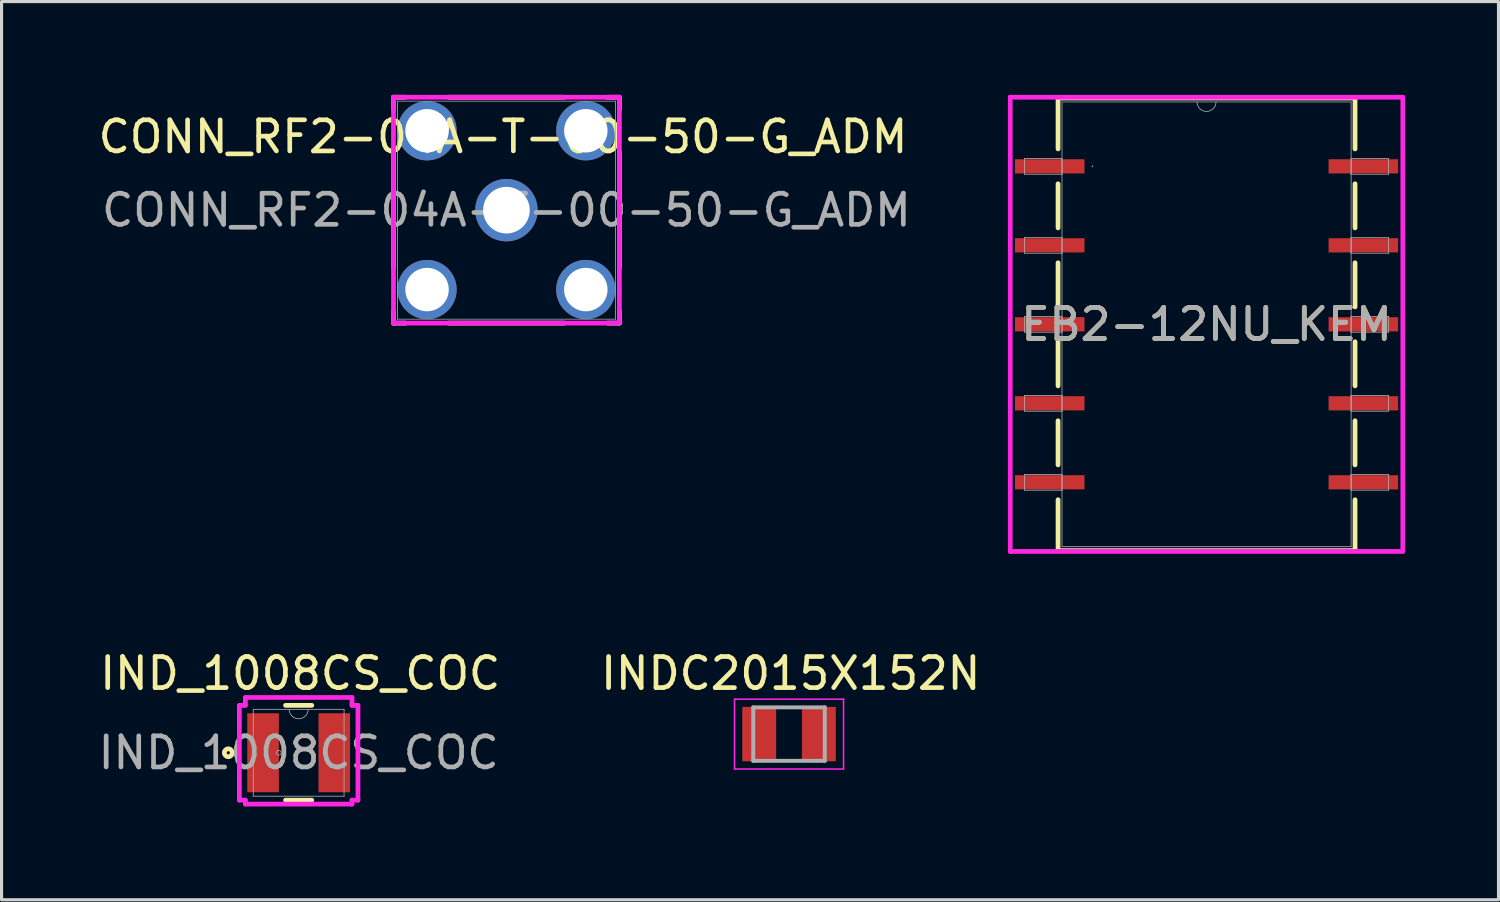
<source format=kicad_pcb>
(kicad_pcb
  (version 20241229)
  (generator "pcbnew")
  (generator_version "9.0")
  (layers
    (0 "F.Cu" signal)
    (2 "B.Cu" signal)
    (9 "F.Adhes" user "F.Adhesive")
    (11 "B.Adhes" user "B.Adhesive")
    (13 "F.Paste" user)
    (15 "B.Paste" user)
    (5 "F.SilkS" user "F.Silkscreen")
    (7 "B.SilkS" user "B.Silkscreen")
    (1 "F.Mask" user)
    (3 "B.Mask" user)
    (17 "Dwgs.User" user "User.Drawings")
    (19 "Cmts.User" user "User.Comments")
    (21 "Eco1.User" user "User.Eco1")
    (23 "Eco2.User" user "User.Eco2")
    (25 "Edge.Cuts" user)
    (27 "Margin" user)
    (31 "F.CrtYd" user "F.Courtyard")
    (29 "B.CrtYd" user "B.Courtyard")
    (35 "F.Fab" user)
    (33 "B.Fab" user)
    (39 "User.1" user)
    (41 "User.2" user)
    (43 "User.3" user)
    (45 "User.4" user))
  (footprint "EB2-12NU_KEM"
    (layer "F.Cu")
    (at 35.748 7.379)
    (property "Reference" "EB2-12NU_KEM" (at 0 0 0) (unlocked yes) (layer "F.SilkS") (effects (font (size 1 1) (thickness 0.15))))
    (attr smd)
    (fp_line (start -4.775 -7.277) (end -4.775 -5.641) (stroke (width 0.152) (type solid)) (layer "F.SilkS"))
    (fp_line (start -4.775 -4.519) (end -4.775 -3.101) (stroke (width 0.152) (type solid)) (layer "F.SilkS"))
    (fp_line (start -4.775 -1.979) (end -4.775 -0.561) (stroke (width 0.152) (type solid)) (layer "F.SilkS"))
    (fp_line (start -4.775 0.561) (end -4.775 1.979) (stroke (width 0.152) (type solid)) (layer "F.SilkS"))
    (fp_line (start -4.775 3.101) (end -4.775 4.519) (stroke (width 0.152) (type solid)) (layer "F.SilkS"))
    (fp_line (start -4.775 5.641) (end -4.775 7.277) (stroke (width 0.152) (type solid)) (layer "F.SilkS"))
    (fp_line (start -4.775 7.277) (end 4.775 7.277) (stroke (width 0.152) (type solid)) (layer "F.SilkS"))
    (fp_line (start 4.775 -7.277) (end -4.775 -7.277) (stroke (width 0.152) (type solid)) (layer "F.SilkS"))
    (fp_line (start 4.775 -5.641) (end 4.775 -7.277) (stroke (width 0.152) (type solid)) (layer "F.SilkS"))
    (fp_line (start 4.775 -3.101) (end 4.775 -4.519) (stroke (width 0.152) (type solid)) (layer "F.SilkS"))
    (fp_line (start 4.775 -0.561) (end 4.775 -1.979) (stroke (width 0.152) (type solid)) (layer "F.SilkS"))
    (fp_line (start 4.775 1.979) (end 4.775 0.561) (stroke (width 0.152) (type solid)) (layer "F.SilkS"))
    (fp_line (start 4.775 4.519) (end 4.775 3.101) (stroke (width 0.152) (type solid)) (layer "F.SilkS"))
    (fp_line (start 4.775 7.277) (end 4.775 5.641) (stroke (width 0.152) (type solid)) (layer "F.SilkS"))
    (fp_line (start -6.312 -7.303) (end 6.312 -7.303) (stroke (width 0.152) (type solid)) (layer "F.CrtYd"))
    (fp_line (start -6.312 7.303) (end -6.312 -7.303) (stroke (width 0.152) (type solid)) (layer "F.CrtYd"))
    (fp_line (start 6.312 -7.303) (end 6.312 7.303) (stroke (width 0.152) (type solid)) (layer "F.CrtYd"))
    (fp_line (start 6.312 7.303) (end -6.312 7.303) (stroke (width 0.152) (type solid)) (layer "F.CrtYd"))
    (fp_line (start -5.855 -5.334) (end -5.855 -4.826) (stroke (width 0.025) (type solid)) (layer "F.Fab"))
    (fp_line (start -5.855 -4.826) (end -4.648 -4.826) (stroke (width 0.025) (type solid)) (layer "F.Fab"))
    (fp_line (start -5.855 -2.794) (end -5.855 -2.286) (stroke (width 0.025) (type solid)) (layer "F.Fab"))
    (fp_line (start -5.855 -2.286) (end -4.648 -2.286) (stroke (width 0.025) (type solid)) (layer "F.Fab"))
    (fp_line (start -5.855 -0.254) (end -5.855 0.254) (stroke (width 0.025) (type solid)) (layer "F.Fab"))
    (fp_line (start -5.855 0.254) (end -4.648 0.254) (stroke (width 0.025) (type solid)) (layer "F.Fab"))
    (fp_line (start -5.855 2.286) (end -5.855 2.794) (stroke (width 0.025) (type solid)) (layer "F.Fab"))
    (fp_line (start -5.855 2.794) (end -4.648 2.794) (stroke (width 0.025) (type solid)) (layer "F.Fab"))
    (fp_line (start -5.855 4.826) (end -5.855 5.334) (stroke (width 0.025) (type solid)) (layer "F.Fab"))
    (fp_line (start -5.855 5.334) (end -4.648 5.334) (stroke (width 0.025) (type solid)) (layer "F.Fab"))
    (fp_line (start -4.648 -7.15) (end -4.648 7.15) (stroke (width 0.025) (type solid)) (layer "F.Fab"))
    (fp_line (start -4.648 -5.334) (end -5.855 -5.334) (stroke (width 0.025) (type solid)) (layer "F.Fab"))
    (fp_line (start -4.648 -4.826) (end -4.648 -5.334) (stroke (width 0.025) (type solid)) (layer "F.Fab"))
    (fp_line (start -4.648 -2.794) (end -5.855 -2.794) (stroke (width 0.025) (type solid)) (layer "F.Fab"))
    (fp_line (start -4.648 -2.286) (end -4.648 -2.794) (stroke (width 0.025) (type solid)) (layer "F.Fab"))
    (fp_line (start -4.648 -0.254) (end -5.855 -0.254) (stroke (width 0.025) (type solid)) (layer "F.Fab"))
    (fp_line (start -4.648 0.254) (end -4.648 -0.254) (stroke (width 0.025) (type solid)) (layer "F.Fab"))
    (fp_line (start -4.648 2.286) (end -5.855 2.286) (stroke (width 0.025) (type solid)) (layer "F.Fab"))
    (fp_line (start -4.648 2.794) (end -4.648 2.286) (stroke (width 0.025) (type solid)) (layer "F.Fab"))
    (fp_line (start -4.648 4.826) (end -5.855 4.826) (stroke (width 0.025) (type solid)) (layer "F.Fab"))
    (fp_line (start -4.648 5.334) (end -4.648 4.826) (stroke (width 0.025) (type solid)) (layer "F.Fab"))
    (fp_line (start -4.648 7.15) (end 4.648 7.15) (stroke (width 0.025) (type solid)) (layer "F.Fab"))
    (fp_line (start 4.648 -7.15) (end -4.648 -7.15) (stroke (width 0.025) (type solid)) (layer "F.Fab"))
    (fp_line (start 4.648 -5.334) (end 4.648 -4.826) (stroke (width 0.025) (type solid)) (layer "F.Fab"))
    (fp_line (start 4.648 -4.826) (end 5.855 -4.826) (stroke (width 0.025) (type solid)) (layer "F.Fab"))
    (fp_line (start 4.648 -2.794) (end 4.648 -2.286) (stroke (width 0.025) (type solid)) (layer "F.Fab"))
    (fp_line (start 4.648 -2.286) (end 5.855 -2.286) (stroke (width 0.025) (type solid)) (layer "F.Fab"))
    (fp_line (start 4.648 -0.254) (end 4.648 0.254) (stroke (width 0.025) (type solid)) (layer "F.Fab"))
    (fp_line (start 4.648 0.254) (end 5.855 0.254) (stroke (width 0.025) (type solid)) (layer "F.Fab"))
    (fp_line (start 4.648 2.286) (end 4.648 2.794) (stroke (width 0.025) (type solid)) (layer "F.Fab"))
    (fp_line (start 4.648 2.794) (end 5.855 2.794) (stroke (width 0.025) (type solid)) (layer "F.Fab"))
    (fp_line (start 4.648 4.826) (end 4.648 5.334) (stroke (width 0.025) (type solid)) (layer "F.Fab"))
    (fp_line (start 4.648 5.334) (end 5.855 5.334) (stroke (width 0.025) (type solid)) (layer "F.Fab"))
    (fp_line (start 4.648 7.15) (end 4.648 -7.15) (stroke (width 0.025) (type solid)) (layer "F.Fab"))
    (fp_line (start 5.855 -5.334) (end 4.648 -5.334) (stroke (width 0.025) (type solid)) (layer "F.Fab"))
    (fp_line (start 5.855 -4.826) (end 5.855 -5.334) (stroke (width 0.025) (type solid)) (layer "F.Fab"))
    (fp_line (start 5.855 -2.794) (end 4.648 -2.794) (stroke (width 0.025) (type solid)) (layer "F.Fab"))
    (fp_line (start 5.855 -2.286) (end 5.855 -2.794) (stroke (width 0.025) (type solid)) (layer "F.Fab"))
    (fp_line (start 5.855 -0.254) (end 4.648 -0.254) (stroke (width 0.025) (type solid)) (layer "F.Fab"))
    (fp_line (start 5.855 0.254) (end 5.855 -0.254) (stroke (width 0.025) (type solid)) (layer "F.Fab"))
    (fp_line (start 5.855 2.286) (end 4.648 2.286) (stroke (width 0.025) (type solid)) (layer "F.Fab"))
    (fp_line (start 5.855 2.794) (end 5.855 2.286) (stroke (width 0.025) (type solid)) (layer "F.Fab"))
    (fp_line (start 5.855 4.826) (end 4.648 4.826) (stroke (width 0.025) (type solid)) (layer "F.Fab"))
    (fp_line (start 5.855 5.334) (end 5.855 4.826) (stroke (width 0.025) (type solid)) (layer "F.Fab"))
    (fp_arc (start 0.3048 -7.1501) (mid 0 -6.8453) (end -0.3048 -7.1501) (stroke (width 0.0254) (type solid)) (layer "F.Fab"))
    (fp_circle (center -3.67 -5.08) (end -3.67 -5.08) (stroke (width 0.025) (type solid)) (fill no) (layer "F.Fab"))
    (fp_text user "${REFERENCE}" (at 0 0 0) (unlocked yes) (layer "F.Fab") (effects (font (size 1 1) (thickness 0.15))))
    (pad "1" smd rect (at -5.042 -5.08) (size 2.235 0.457) (layers "F.Cu" "F.Mask" "F.Paste"))
    (pad "2" smd rect (at -5.042 -2.54) (size 2.235 0.457) (layers "F.Cu" "F.Mask" "F.Paste"))
    (pad "3" smd rect (at -5.042 0) (size 2.235 0.457) (layers "F.Cu" "F.Mask" "F.Paste"))
    (pad "4" smd rect (at -5.042 2.54) (size 2.235 0.457) (layers "F.Cu" "F.Mask" "F.Paste"))
    (pad "5" smd rect (at -5.042 5.08) (size 2.235 0.457) (layers "F.Cu" "F.Mask" "F.Paste"))
    (pad "6" smd rect (at 5.042 5.08) (size 2.235 0.457) (layers "F.Cu" "F.Mask" "F.Paste"))
    (pad "7" smd rect (at 5.042 2.54) (size 2.235 0.457) (layers "F.Cu" "F.Mask" "F.Paste"))
    (pad "8" smd rect (at 5.042 0) (size 2.235 0.457) (layers "F.Cu" "F.Mask" "F.Paste"))
    (pad "9" smd rect (at 5.042 -2.54) (size 2.235 0.457) (layers "F.Cu" "F.Mask" "F.Paste"))
    (pad "10" smd rect (at 5.042 -5.08) (size 2.235 0.457) (layers "F.Cu" "F.Mask" "F.Paste")))
  (footprint "CONN_RF2-04A-T-00-50-G_ADM"
    (layer "F.Cu")
    (at 13.235 3.708)
    (property "Reference" "CONN_RF2-04A-T-00-50-G_ADM" (at -0.11 -2.36 0) (unlocked yes) (layer "F.SilkS") (effects (font (size 1 1) (thickness 0.15))))
    (attr through_hole)
    (fp_line (start -3.632 -3.632) (end -3.632 -3.25) (stroke (width 0.152) (type solid)) (layer "F.SilkS"))
    (fp_line (start -3.632 -1.855) (end -3.632 1.855) (stroke (width 0.152) (type solid)) (layer "F.SilkS"))
    (fp_line (start -3.632 3.25) (end -3.632 3.632) (stroke (width 0.152) (type solid)) (layer "F.SilkS"))
    (fp_line (start -3.632 3.632) (end -3.25 3.632) (stroke (width 0.152) (type solid)) (layer "F.SilkS"))
    (fp_line (start -3.25 -3.632) (end -3.632 -3.632) (stroke (width 0.152) (type solid)) (layer "F.SilkS"))
    (fp_line (start -1.855 3.632) (end 1.855 3.632) (stroke (width 0.152) (type solid)) (layer "F.SilkS"))
    (fp_line (start 1.855 -3.632) (end -1.855 -3.632) (stroke (width 0.152) (type solid)) (layer "F.SilkS"))
    (fp_line (start 3.25 3.632) (end 3.632 3.632) (stroke (width 0.152) (type solid)) (layer "F.SilkS"))
    (fp_line (start 3.632 -3.632) (end 3.25 -3.632) (stroke (width 0.152) (type solid)) (layer "F.SilkS"))
    (fp_line (start 3.632 -3.25) (end 3.632 -3.632) (stroke (width 0.152) (type solid)) (layer "F.SilkS"))
    (fp_line (start 3.632 1.855) (end 3.632 -1.855) (stroke (width 0.152) (type solid)) (layer "F.SilkS"))
    (fp_line (start 3.632 3.632) (end 3.632 3.25) (stroke (width 0.152) (type solid)) (layer "F.SilkS"))
    (fp_line (start -3.632 -3.632) (end 3.632 -3.632) (stroke (width 0.152) (type solid)) (layer "F.CrtYd"))
    (fp_line (start -3.632 3.632) (end -3.632 -3.632) (stroke (width 0.152) (type solid)) (layer "F.CrtYd"))
    (fp_line (start 3.632 -3.632) (end 3.632 3.632) (stroke (width 0.152) (type solid)) (layer "F.CrtYd"))
    (fp_line (start 3.632 3.632) (end -3.632 3.632) (stroke (width 0.152) (type solid)) (layer "F.CrtYd"))
    (fp_line (start -3.505 -3.505) (end -3.505 3.505) (stroke (width 0.025) (type solid)) (layer "F.Fab"))
    (fp_line (start -3.505 3.505) (end 3.505 3.505) (stroke (width 0.025) (type solid)) (layer "F.Fab"))
    (fp_line (start 3.505 -3.505) (end -3.505 -3.505) (stroke (width 0.025) (type solid)) (layer "F.Fab"))
    (fp_line (start 3.505 3.505) (end 3.505 -3.505) (stroke (width 0.025) (type solid)) (layer "F.Fab"))
    (fp_circle (center 3.124 0) (end 3.124 0) (stroke (width 0.025) (type solid)) (fill no) (layer "F.Fab"))
    (fp_text user "${REFERENCE}" (at 0 0 0) (unlocked yes) (layer "F.Fab") (effects (font (size 1 1) (thickness 0.15))))
    (pad "1" thru_hole circle (at 0 0) (size 2.007 2.007) (drill 1.499) (layers "*.Cu" "*.Mask"))
    (pad "2" thru_hole circle (at -2.553 -2.553) (size 1.905 1.905) (drill 1.397) (layers "*.Cu" "*.Mask"))
    (pad "3" thru_hole circle (at -2.553 2.553) (size 1.905 1.905) (drill 1.397) (layers "*.Cu" "*.Mask"))
    (pad "4" thru_hole circle (at 2.553 2.553) (size 1.905 1.905) (drill 1.397) (layers "*.Cu" "*.Mask"))
    (pad "5" thru_hole circle (at 2.553 -2.553) (size 1.905 1.905) (drill 1.397) (layers "*.Cu" "*.Mask")))
  (footprint "IND_1008CS_COC"
    (layer "F.Cu")
    (at 6.554 21.156)
    (property "Reference" "IND_1008CS_COC" (at 0.05 -2.55 0) (unlocked yes) (layer "F.SilkS") (effects (font (size 1 1) (thickness 0.15))))
    (attr smd)
    (fp_line (start -0.422 1.524) (end 0.422 1.524) (stroke (width 0.152) (type solid)) (layer "F.SilkS"))
    (fp_line (start 0.422 -1.524) (end -0.422 -1.524) (stroke (width 0.152) (type solid)) (layer "F.SilkS"))
    (fp_circle (center -2.263 0) (end -2.136 0) (stroke (width 0.152) (type solid)) (fill no) (layer "F.SilkS"))
    (fp_line (start -1.907 -1.524) (end -1.714 -1.524) (stroke (width 0.152) (type solid)) (layer "F.CrtYd"))
    (fp_line (start -1.907 1.524) (end -1.907 -1.524) (stroke (width 0.152) (type solid)) (layer "F.CrtYd"))
    (fp_line (start -1.907 1.524) (end -1.714 1.524) (stroke (width 0.152) (type solid)) (layer "F.CrtYd"))
    (fp_line (start -1.714 -1.778) (end 1.714 -1.778) (stroke (width 0.152) (type solid)) (layer "F.CrtYd"))
    (fp_line (start -1.714 -1.524) (end -1.714 -1.778) (stroke (width 0.152) (type solid)) (layer "F.CrtYd"))
    (fp_line (start -1.714 1.651) (end -1.714 1.524) (stroke (width 0.152) (type solid)) (layer "F.CrtYd"))
    (fp_line (start 1.714 -1.778) (end 1.714 -1.524) (stroke (width 0.152) (type solid)) (layer "F.CrtYd"))
    (fp_line (start 1.714 1.524) (end 1.714 1.651) (stroke (width 0.152) (type solid)) (layer "F.CrtYd"))
    (fp_line (start 1.714 1.651) (end -1.714 1.651) (stroke (width 0.152) (type solid)) (layer "F.CrtYd"))
    (fp_line (start 1.907 -1.524) (end 1.714 -1.524) (stroke (width 0.152) (type solid)) (layer "F.CrtYd"))
    (fp_line (start 1.907 -1.524) (end 1.907 1.524) (stroke (width 0.152) (type solid)) (layer "F.CrtYd"))
    (fp_line (start 1.907 1.524) (end 1.714 1.524) (stroke (width 0.152) (type solid)) (layer "F.CrtYd"))
    (fp_line (start -1.46 -1.397) (end -1.46 1.397) (stroke (width 0.025) (type solid)) (layer "F.Fab"))
    (fp_line (start -1.46 1.397) (end 1.46 1.397) (stroke (width 0.025) (type solid)) (layer "F.Fab"))
    (fp_line (start 1.46 -1.397) (end -1.46 -1.397) (stroke (width 0.025) (type solid)) (layer "F.Fab"))
    (fp_line (start 1.46 1.397) (end 1.46 -1.397) (stroke (width 0.025) (type solid)) (layer "F.Fab"))
    (fp_arc (start 0.3048 -1.397) (mid 0 -1.0922) (end -0.3048 -1.397) (stroke (width 0.0254) (type solid)) (layer "F.Fab"))
    (fp_circle (center -0.637 0) (end -0.561 0) (stroke (width 0.025) (type solid)) (fill no) (layer "F.Fab"))
    (fp_text user "${REFERENCE}" (at 0 0 0) (unlocked yes) (layer "F.Fab") (effects (font (size 1 1) (thickness 0.15))))
    (pad "1" smd rect (at -1.145 0) (size 1.016 2.54) (layers "F.Cu" "F.Mask" "F.Paste"))
    (pad "2" smd rect (at 1.145 0) (size 1.016 2.54) (layers "F.Cu" "F.Mask" "F.Paste")))
  (footprint "INDC2015X152N"
    (layer "F.Cu")
    (at 22.322 20.556)
    (property "Reference" "INDC2015X152N" (at 0.055 -1.95 0) (layer "F.SilkS") (effects (font (size 1 1) (thickness 0.15))))
    (attr smd)
    (fp_line (start -1.753 -1.123) (end 1.753 -1.123) (stroke (width 0.05) (type solid)) (layer "F.CrtYd"))
    (fp_line (start -1.753 1.123) (end -1.753 -1.123) (stroke (width 0.05) (type solid)) (layer "F.CrtYd"))
    (fp_line (start -1.753 1.123) (end 1.753 1.123) (stroke (width 0.05) (type solid)) (layer "F.CrtYd"))
    (fp_line (start 1.753 1.123) (end 1.753 -1.123) (stroke (width 0.05) (type solid)) (layer "F.CrtYd"))
    (fp_line (start -1.15 0.86) (end -1.15 -0.86) (stroke (width 0.127) (type solid)) (layer "F.Fab"))
    (fp_line (start 1.15 -0.86) (end -1.15 -0.86) (stroke (width 0.127) (type solid)) (layer "F.Fab"))
    (fp_line (start 1.15 0.86) (end -1.15 0.86) (stroke (width 0.127) (type solid)) (layer "F.Fab"))
    (fp_line (start 1.15 0.86) (end 1.15 -0.86) (stroke (width 0.127) (type solid)) (layer "F.Fab"))
    (pad "1" smd rect (at -0.959 0) (size 1.09 1.75) (layers "F.Cu" "F.Mask" "F.Paste"))
    (pad "2" smd rect (at 0.959 0) (size 1.09 1.75) (layers "F.Cu" "F.Mask" "F.Paste")))
  (gr_rect
    (start -3 -3)
    (end 45.136 25.883)
    (stroke (width 0.1) (type default))
    (fill no)
    (layer "Edge.Cuts")))
</source>
